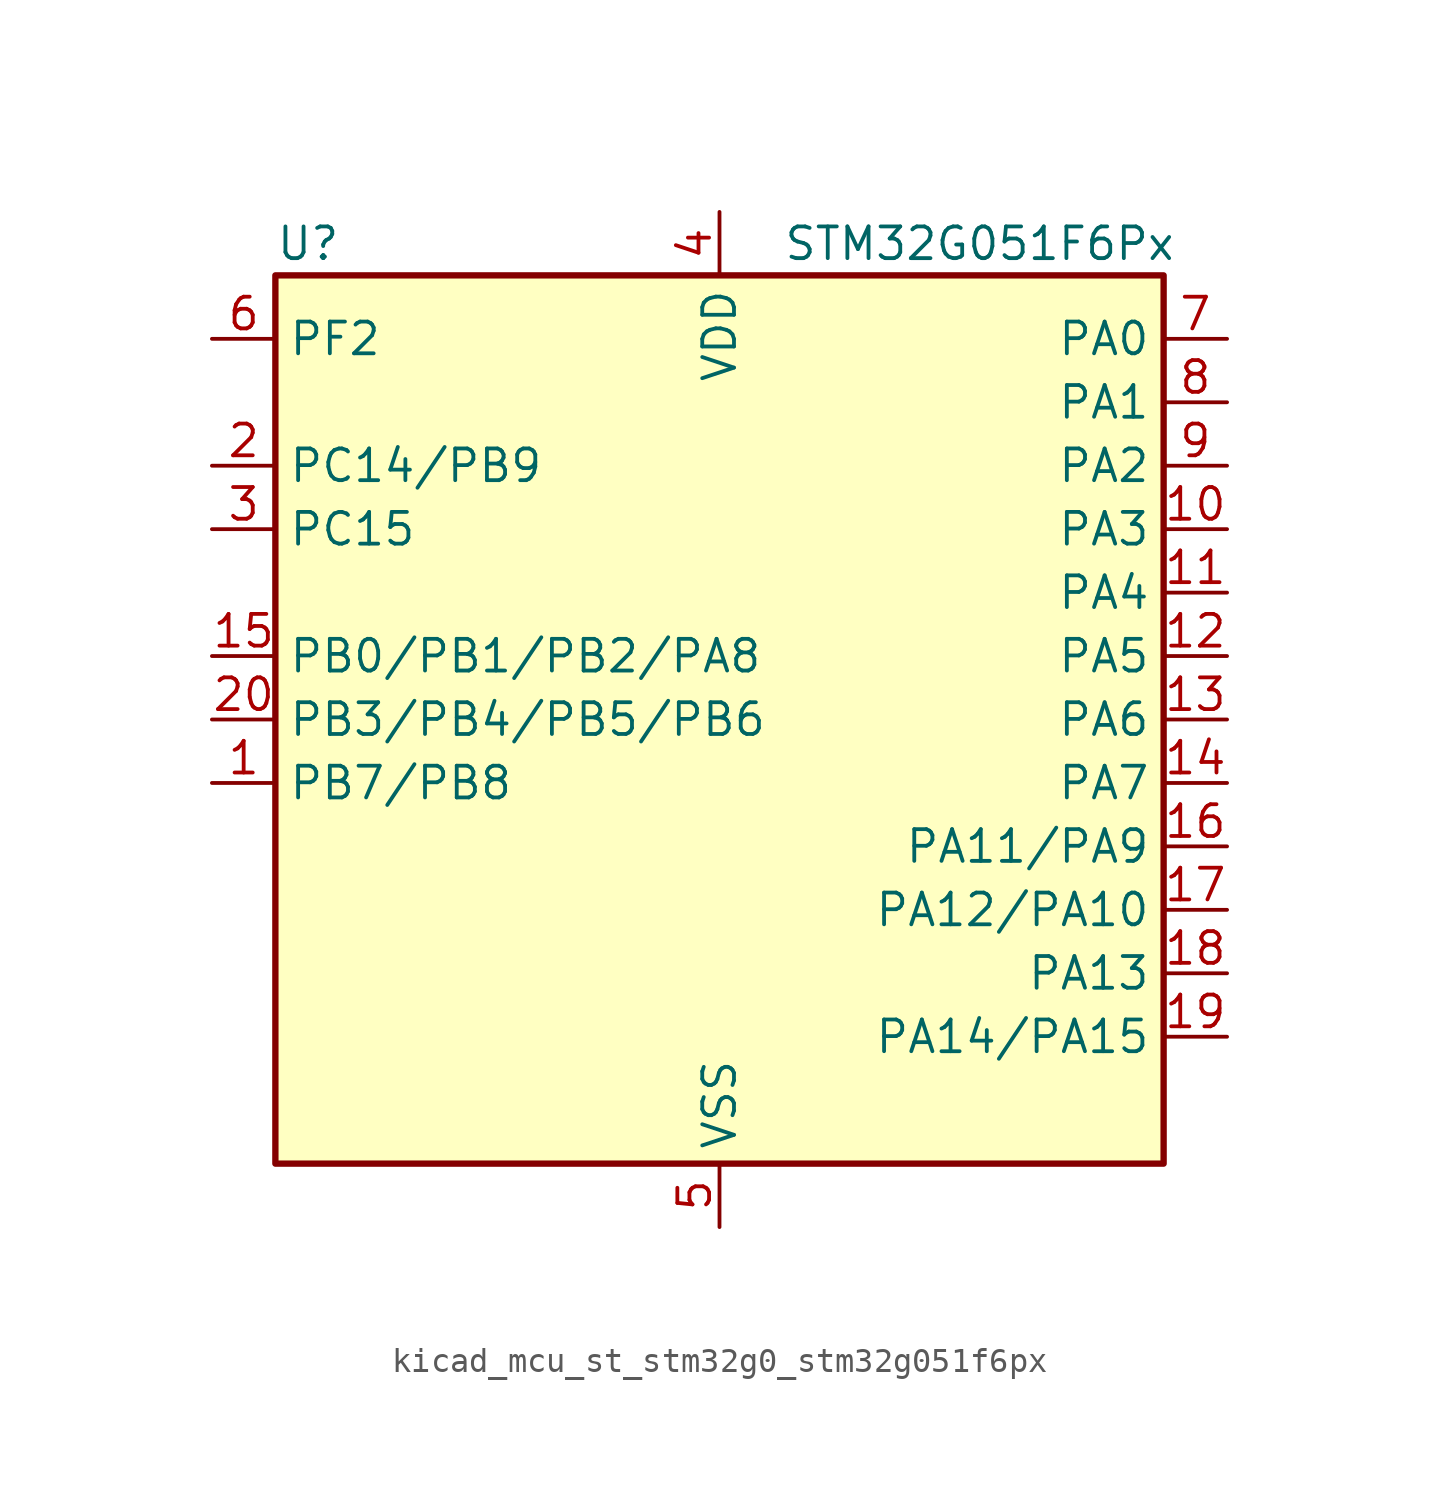
<source format=kicad_sym>
(kicad_symbol_lib
  (version 20220914)
  (generator kicad_symbol_editor)
  (symbol "kicad_mcu_st_stm32g0_stm32g051f6px"
    (property "Reference" "U"
      (at -17.78 19.05 0)
      (effects (font (size 1.27 1.27)) (justify left)))
    (property "Value" "STM32G051F6Px"
      (at 2.54 19.05 0)
      (effects (font (size 1.27 1.27)) (justify left)))
    (property "ki_locked" ""
      (at 0 0 0)
      (effects (font (size 1.27 1.27))))
    (symbol "kicad_mcu_st_stm32g0_stm32g051f6px_0_1"
      (rectangle (start -17.78 -17.78) (end 17.78 17.78) (stroke (width 0.254) (type default)) (fill (type background))))
    (symbol "kicad_mcu_st_stm32g0_stm32g051f6px_1_1"
      (pin bidirectional line (at -20.32 -2.54 0) (length 2.54) (name "PB7/PB8" (effects (font (size 1.27 1.27)))) (number "1" (effects (font (size 1.27 1.27)))) (alternate "ADC1_IN11" bidirectional line) (alternate "COMP2_INM" bidirectional line) (alternate "I2C1_SDA" bidirectional line) (alternate "LPTIM1_IN2" bidirectional line) (alternate "SPI2_MOSI" bidirectional line) (alternate "SYS_PVD_IN" bidirectional line) (alternate "TIM17_CH1N" bidirectional line) (alternate "USART1_RX" bidirectional line))
      (pin bidirectional line (at 20.32 7.62 180) (length 2.54) (name "PA3" (effects (font (size 1.27 1.27)))) (number "10" (effects (font (size 1.27 1.27)))) (alternate "ADC1_IN3" bidirectional line) (alternate "COMP2_INP" bidirectional line) (alternate "LPUART1_RX" bidirectional line) (alternate "SPI2_MISO" bidirectional line) (alternate "TIM15_CH2" bidirectional line) (alternate "TIM2_CH4" bidirectional line) (alternate "USART2_RX" bidirectional line))
      (pin bidirectional line (at 20.32 5.08 180) (length 2.54) (name "PA4" (effects (font (size 1.27 1.27)))) (number "11" (effects (font (size 1.27 1.27)))) (alternate "ADC1_IN4" bidirectional line) (alternate "DAC1_OUT1" bidirectional line) (alternate "I2S1_WS" bidirectional line) (alternate "LPTIM2_OUT" bidirectional line) (alternate "RTC_OUT1" bidirectional line) (alternate "RTC_TAMP_IN1" bidirectional line) (alternate "RTC_TS" bidirectional line) (alternate "SPI1_NSS" bidirectional line) (alternate "SPI2_MOSI" bidirectional line) (alternate "SYS_WKUP2" bidirectional line) (alternate "TIM14_CH1" bidirectional line))
      (pin bidirectional line (at 20.32 2.54 180) (length 2.54) (name "PA5" (effects (font (size 1.27 1.27)))) (number "12" (effects (font (size 1.27 1.27)))) (alternate "ADC1_IN5" bidirectional line) (alternate "DAC1_OUT2" bidirectional line) (alternate "I2S1_CK" bidirectional line) (alternate "LPTIM2_ETR" bidirectional line) (alternate "SPI1_SCK" bidirectional line) (alternate "TIM2_CH1" bidirectional line) (alternate "TIM2_ETR" bidirectional line))
      (pin bidirectional line (at 20.32 0 180) (length 2.54) (name "PA6" (effects (font (size 1.27 1.27)))) (number "13" (effects (font (size 1.27 1.27)))) (alternate "ADC1_IN6" bidirectional line) (alternate "COMP1_OUT" bidirectional line) (alternate "I2S1_MCK" bidirectional line) (alternate "LPUART1_CTS" bidirectional line) (alternate "SPI1_MISO" bidirectional line) (alternate "TIM16_CH1" bidirectional line) (alternate "TIM1_BK" bidirectional line) (alternate "TIM3_CH1" bidirectional line))
      (pin bidirectional line (at 20.32 -2.54 180) (length 2.54) (name "PA7" (effects (font (size 1.27 1.27)))) (number "14" (effects (font (size 1.27 1.27)))) (alternate "ADC1_IN7" bidirectional line) (alternate "COMP2_OUT" bidirectional line) (alternate "I2S1_SD" bidirectional line) (alternate "SPI1_MOSI" bidirectional line) (alternate "TIM14_CH1" bidirectional line) (alternate "TIM17_CH1" bidirectional line) (alternate "TIM1_CH1N" bidirectional line) (alternate "TIM3_CH2" bidirectional line))
      (pin bidirectional line (at -20.32 2.54 0) (length 2.54) (name "PB0/PB1/PB2/PA8" (effects (font (size 1.27 1.27)))) (number "15" (effects (font (size 1.27 1.27)))) (alternate "ADC1_IN8" bidirectional line) (alternate "COMP1_OUT" bidirectional line) (alternate "I2S1_WS" bidirectional line) (alternate "LPTIM1_OUT" bidirectional line) (alternate "SPI1_NSS" bidirectional line) (alternate "TIM1_CH2N" bidirectional line) (alternate "TIM3_CH3" bidirectional line))
      (pin bidirectional line (at 20.32 -5.08 180) (length 2.54) (name "PA11/PA9" (effects (font (size 1.27 1.27)))) (number "16" (effects (font (size 1.27 1.27)))) (alternate "ADC1_EXTI11" bidirectional line) (alternate "ADC1_IN15" bidirectional line) (alternate "COMP1_OUT" bidirectional line) (alternate "I2C2_SCL" bidirectional line) (alternate "I2S1_MCK" bidirectional line) (alternate "SPI1_MISO" bidirectional line) (alternate "TIM1_BK2" bidirectional line) (alternate "TIM1_CH4" bidirectional line) (alternate "USART1_CTS" bidirectional line) (alternate "USART1_NSS" bidirectional line))
      (pin bidirectional line (at 20.32 -7.62 180) (length 2.54) (name "PA12/PA10" (effects (font (size 1.27 1.27)))) (number "17" (effects (font (size 1.27 1.27)))) (alternate "ADC1_IN16" bidirectional line) (alternate "COMP2_OUT" bidirectional line) (alternate "I2C2_SDA" bidirectional line) (alternate "I2S1_SD" bidirectional line) (alternate "I2S_CKIN" bidirectional line) (alternate "SPI1_MOSI" bidirectional line) (alternate "TIM1_ETR" bidirectional line) (alternate "USART1_CK" bidirectional line) (alternate "USART1_DE" bidirectional line) (alternate "USART1_RTS" bidirectional line))
      (pin bidirectional line (at 20.32 -10.16 180) (length 2.54) (name "PA13" (effects (font (size 1.27 1.27)))) (number "18" (effects (font (size 1.27 1.27)))) (alternate "ADC1_IN17" bidirectional line) (alternate "IR_OUT" bidirectional line) (alternate "SYS_SWDIO" bidirectional line))
      (pin bidirectional line (at 20.32 -12.7 180) (length 2.54) (name "PA14/PA15" (effects (font (size 1.27 1.27)))) (number "19" (effects (font (size 1.27 1.27)))) (alternate "ADC1_IN18" bidirectional line) (alternate "SYS_SWCLK" bidirectional line) (alternate "USART2_TX" bidirectional line))
      (pin bidirectional line (at -20.32 10.16 0) (length 2.54) (name "PC14/PB9" (effects (font (size 1.27 1.27)))) (number "2" (effects (font (size 1.27 1.27)))) (alternate "RCC_OSC32_IN" bidirectional line) (alternate "RCC_OSC_IN" bidirectional line) (alternate "TIM1_BK2" bidirectional line))
      (pin bidirectional line (at -20.32 0 0) (length 2.54) (name "PB3/PB4/PB5/PB6" (effects (font (size 1.27 1.27)))) (number "20" (effects (font (size 1.27 1.27)))) (alternate "COMP2_INM" bidirectional line) (alternate "I2S1_CK" bidirectional line) (alternate "SPI1_SCK" bidirectional line) (alternate "TIM1_CH2" bidirectional line) (alternate "TIM2_CH2" bidirectional line) (alternate "USART1_CK" bidirectional line) (alternate "USART1_DE" bidirectional line) (alternate "USART1_RTS" bidirectional line))
      (pin bidirectional line (at -20.32 7.62 0) (length 2.54) (name "PC15" (effects (font (size 1.27 1.27)))) (number "3" (effects (font (size 1.27 1.27)))) (alternate "RCC_OSC32_EN" bidirectional line) (alternate "RCC_OSC32_OUT" bidirectional line) (alternate "RCC_OSC_EN" bidirectional line) (alternate "TIM15_BK" bidirectional line))
      (pin power_in line (at 0 20.32 270) (length 2.54) (name "VDD" (effects (font (size 1.27 1.27)))) (number "4" (effects (font (size 1.27 1.27)))))
      (pin power_in line (at 0 -20.32 90) (length 2.54) (name "VSS" (effects (font (size 1.27 1.27)))) (number "5" (effects (font (size 1.27 1.27)))))
      (pin bidirectional line (at -20.32 15.24 0) (length 2.54) (name "PF2" (effects (font (size 1.27 1.27)))) (number "6" (effects (font (size 1.27 1.27)))) (alternate "RCC_MCO" bidirectional line))
      (pin bidirectional line (at 20.32 15.24 180) (length 2.54) (name "PA0" (effects (font (size 1.27 1.27)))) (number "7" (effects (font (size 1.27 1.27)))) (alternate "ADC1_IN0" bidirectional line) (alternate "COMP1_INM" bidirectional line) (alternate "COMP1_OUT" bidirectional line) (alternate "LPTIM1_OUT" bidirectional line) (alternate "RTC_TAMP_IN2" bidirectional line) (alternate "SPI2_SCK" bidirectional line) (alternate "SYS_WKUP1" bidirectional line) (alternate "TIM2_CH1" bidirectional line) (alternate "TIM2_ETR" bidirectional line) (alternate "USART2_CTS" bidirectional line) (alternate "USART2_NSS" bidirectional line))
      (pin bidirectional line (at 20.32 12.7 180) (length 2.54) (name "PA1" (effects (font (size 1.27 1.27)))) (number "8" (effects (font (size 1.27 1.27)))) (alternate "ADC1_IN1" bidirectional line) (alternate "COMP1_INP" bidirectional line) (alternate "I2C1_SMBA" bidirectional line) (alternate "I2S1_CK" bidirectional line) (alternate "SPI1_SCK" bidirectional line) (alternate "TIM15_CH1N" bidirectional line) (alternate "TIM2_CH2" bidirectional line) (alternate "USART2_CK" bidirectional line) (alternate "USART2_DE" bidirectional line) (alternate "USART2_RTS" bidirectional line))
      (pin bidirectional line (at 20.32 10.16 180) (length 2.54) (name "PA2" (effects (font (size 1.27 1.27)))) (number "9" (effects (font (size 1.27 1.27)))) (alternate "ADC1_IN2" bidirectional line) (alternate "COMP2_INM" bidirectional line) (alternate "COMP2_OUT" bidirectional line) (alternate "I2S1_SD" bidirectional line) (alternate "LPUART1_TX" bidirectional line) (alternate "RCC_LSCO" bidirectional line) (alternate "SPI1_MOSI" bidirectional line) (alternate "SYS_WKUP4" bidirectional line) (alternate "TIM15_CH1" bidirectional line) (alternate "TIM2_CH3" bidirectional line) (alternate "USART2_TX" bidirectional line)))))
</source>
